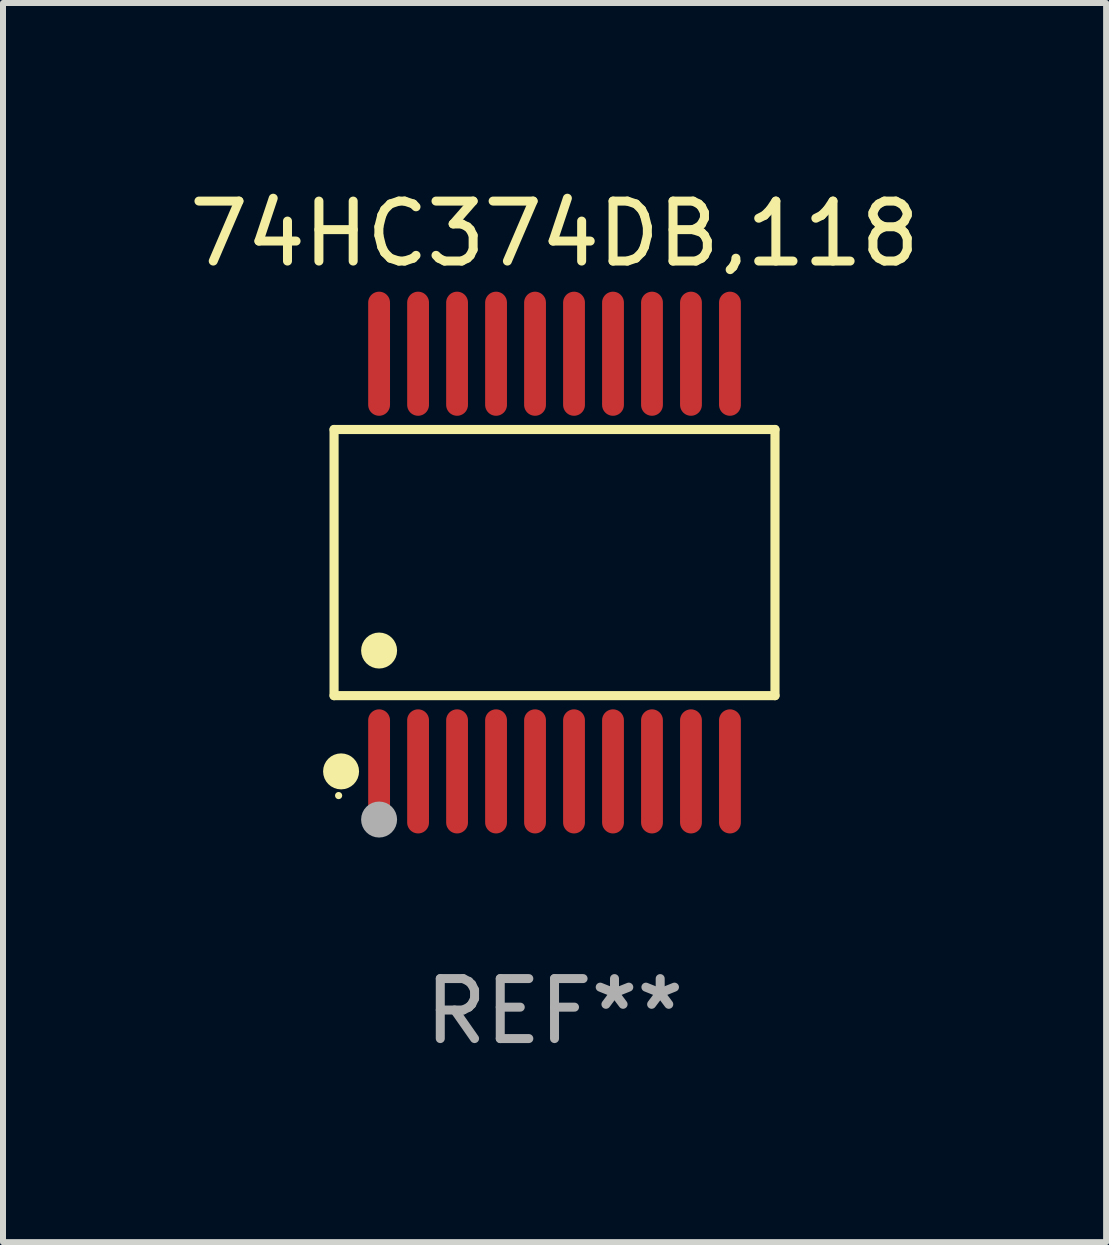
<source format=kicad_pcb>
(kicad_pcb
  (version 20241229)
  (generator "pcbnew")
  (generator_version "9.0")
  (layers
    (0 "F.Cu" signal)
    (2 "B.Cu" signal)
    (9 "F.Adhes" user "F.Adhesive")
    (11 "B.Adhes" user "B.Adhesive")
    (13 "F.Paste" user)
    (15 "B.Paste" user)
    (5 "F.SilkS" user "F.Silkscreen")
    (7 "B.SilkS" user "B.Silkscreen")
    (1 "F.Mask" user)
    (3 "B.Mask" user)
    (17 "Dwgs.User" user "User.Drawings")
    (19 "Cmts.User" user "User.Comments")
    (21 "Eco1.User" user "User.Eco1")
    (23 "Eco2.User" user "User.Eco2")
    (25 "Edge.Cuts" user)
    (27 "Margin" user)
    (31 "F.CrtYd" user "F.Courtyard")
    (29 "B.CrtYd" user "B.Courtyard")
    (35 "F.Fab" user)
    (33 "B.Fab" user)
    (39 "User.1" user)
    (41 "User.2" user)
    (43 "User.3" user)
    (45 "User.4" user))
  (footprint "74HC374DB,118"
    (layer "F.Cu")
    (at 6.196 6.33)
    (property "Reference" "74HC374DB,118" (at 0 -5.482 0) (layer "F.SilkS") (effects (font (size 1 1) (thickness 0.15))))
    (attr through_hole)
    (fp_line (start -3.676 -2.219) (end 3.676 -2.219) (stroke (width 0.152) (type solid)) (layer "F.SilkS"))
    (fp_line (start -3.676 2.219) (end -3.676 -2.219) (stroke (width 0.152) (type solid)) (layer "F.SilkS"))
    (fp_line (start 3.676 -2.219) (end 3.676 2.219) (stroke (width 0.152) (type solid)) (layer "F.SilkS"))
    (fp_line (start 3.676 2.219) (end -3.676 2.219) (stroke (width 0.152) (type solid)) (layer "F.SilkS"))
    (fp_circle (center -3.6 3.885) (end -3.57 3.885) (stroke (width 0.06) (type solid)) (fill no) (layer "F.SilkS"))
    (fp_circle (center -3.559 3.482) (end -3.409 3.482) (stroke (width 0.3) (type solid)) (fill no) (layer "F.SilkS"))
    (fp_circle (center -2.925 1.467) (end -2.775 1.467) (stroke (width 0.3) (type solid)) (fill no) (layer "F.SilkS"))
    (fp_circle (center -2.925 4.285) (end -2.775 4.285) (stroke (width 0.3) (type solid)) (fill no) (layer "F.Fab"))
    (fp_text user "REF**" (at 0 7.482 0) (layer "F.Fab") (effects (font (size 1 1) (thickness 0.15))))
    (pad "1" smd oval (at -2.925 3.482) (size 0.364 2.069) (layers "F.Cu" "F.Mask" "F.Paste"))
    (pad "2" smd oval (at -2.275 3.482) (size 0.364 2.069) (layers "F.Cu" "F.Mask" "F.Paste"))
    (pad "3" smd oval (at -1.625 3.482) (size 0.364 2.069) (layers "F.Cu" "F.Mask" "F.Paste"))
    (pad "4" smd oval (at -0.975 3.482) (size 0.364 2.069) (layers "F.Cu" "F.Mask" "F.Paste"))
    (pad "5" smd oval (at -0.325 3.482) (size 0.364 2.069) (layers "F.Cu" "F.Mask" "F.Paste"))
    (pad "6" smd oval (at 0.325 3.482) (size 0.364 2.069) (layers "F.Cu" "F.Mask" "F.Paste"))
    (pad "7" smd oval (at 0.975 3.482) (size 0.364 2.069) (layers "F.Cu" "F.Mask" "F.Paste"))
    (pad "8" smd oval (at 1.625 3.482) (size 0.364 2.069) (layers "F.Cu" "F.Mask" "F.Paste"))
    (pad "9" smd oval (at 2.275 3.482) (size 0.364 2.069) (layers "F.Cu" "F.Mask" "F.Paste"))
    (pad "10" smd oval (at 2.925 3.482) (size 0.364 2.069) (layers "F.Cu" "F.Mask" "F.Paste"))
    (pad "11" smd oval (at 2.925 -3.482) (size 0.364 2.069) (layers "F.Cu" "F.Mask" "F.Paste"))
    (pad "12" smd oval (at 2.275 -3.482) (size 0.364 2.069) (layers "F.Cu" "F.Mask" "F.Paste"))
    (pad "13" smd oval (at 1.625 -3.482) (size 0.364 2.069) (layers "F.Cu" "F.Mask" "F.Paste"))
    (pad "14" smd oval (at 0.975 -3.482) (size 0.364 2.069) (layers "F.Cu" "F.Mask" "F.Paste"))
    (pad "15" smd oval (at 0.325 -3.482) (size 0.364 2.069) (layers "F.Cu" "F.Mask" "F.Paste"))
    (pad "16" smd oval (at -0.325 -3.482) (size 0.364 2.069) (layers "F.Cu" "F.Mask" "F.Paste"))
    (pad "17" smd oval (at -0.975 -3.482) (size 0.364 2.069) (layers "F.Cu" "F.Mask" "F.Paste"))
    (pad "18" smd oval (at -1.625 -3.482) (size 0.364 2.069) (layers "F.Cu" "F.Mask" "F.Paste"))
    (pad "19" smd oval (at -2.275 -3.482) (size 0.364 2.069) (layers "F.Cu" "F.Mask" "F.Paste"))
    (pad "20" smd oval (at -2.925 -3.482) (size 0.364 2.069) (layers "F.Cu" "F.Mask" "F.Paste")))
  (gr_rect
    (start -3 -3)
    (end 15.393 17.661)
    (stroke (width 0.1) (type default))
    (fill no)
    (layer "Edge.Cuts")))
</source>
